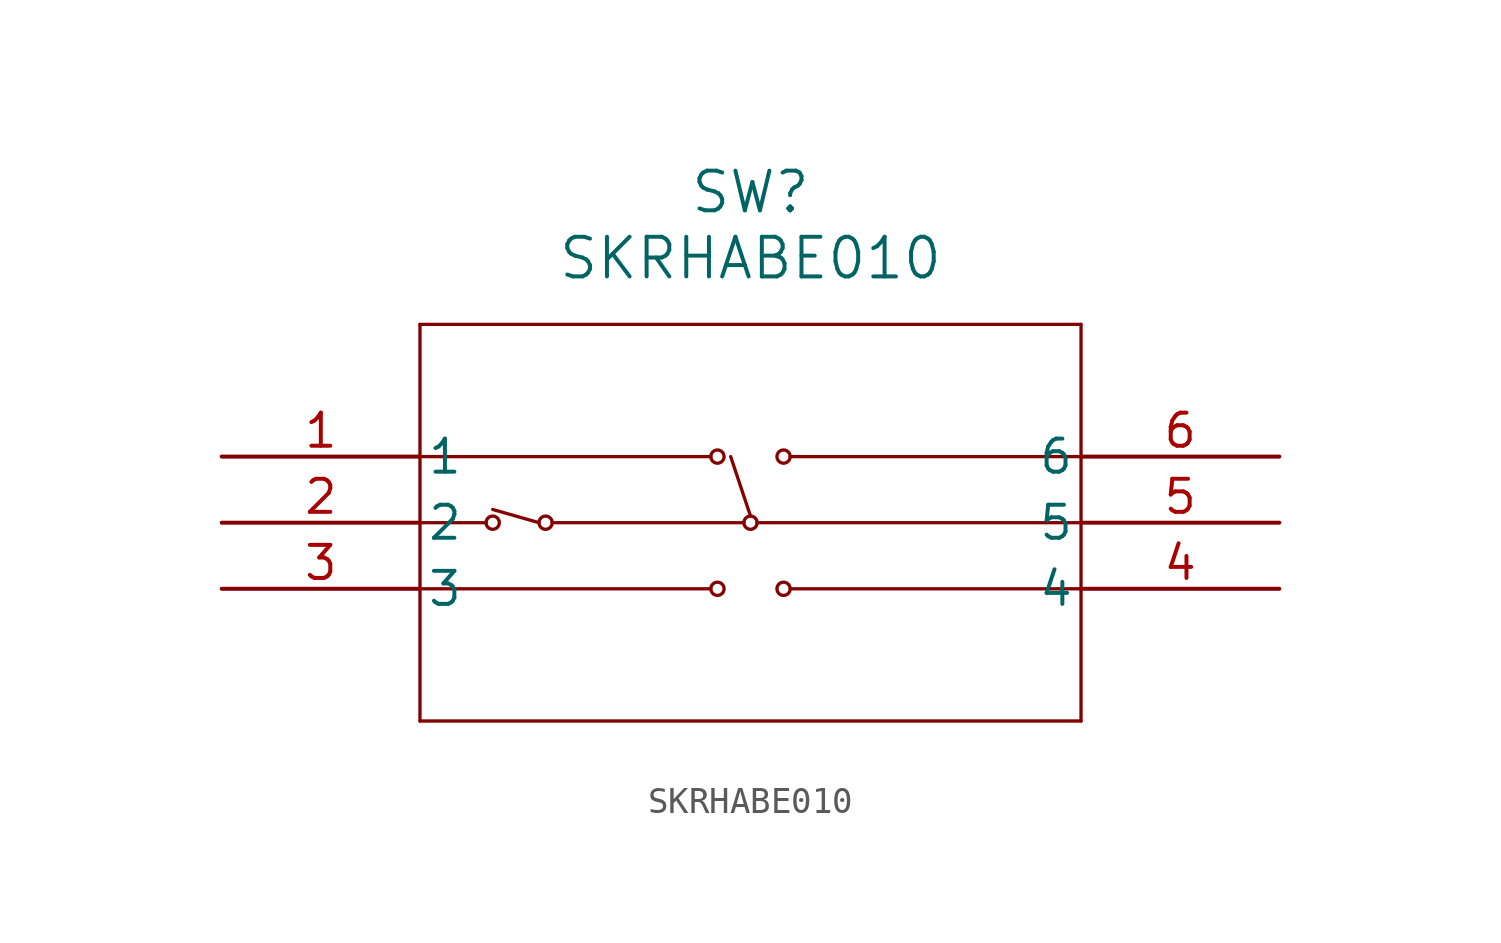
<source format=kicad_sym>
(kicad_symbol_lib
  (version 20211014)
  (generator kicad_symbol_editor)
  (symbol "SKRHABE010"
    (pin_names
      (offset 0.254))
    (property "Reference" "SW"
      (at 20.32 10.16 0)
      (effects (font (size 1.524 1.524))))
    (property "Value" "SKRHABE010"
      (at 20.32 7.62 0)
      (effects (font (size 1.524 1.524))))
    (symbol "SKRHABE010_0_1"
      (polyline (pts (xy 7.62 5.08) (xy 7.62 -10.16)) (stroke (width 0.127) (type default) (color 0 0 0 0)) (fill (type none)))
      (polyline (pts (xy 7.62 -10.16) (xy 33.02 -10.16)) (stroke (width 0.127) (type default) (color 0 0 0 0)) (fill (type none)))
      (polyline (pts (xy 33.02 -10.16) (xy 33.02 5.08)) (stroke (width 0.127) (type default) (color 0 0 0 0)) (fill (type none)))
      (polyline (pts (xy 33.02 5.08) (xy 7.62 5.08)) (stroke (width 0.127) (type default) (color 0 0 0 0)) (fill (type none)))
      (polyline (pts (xy 7.62 -2.54) (xy 10.16 -2.54)) (stroke (width 0.127) (type default) (color 0 0 0 0)) (fill (type none)))
      (polyline (pts (xy 12.7 -2.54) (xy 20.066 -2.54)) (stroke (width 0.127) (type default) (color 0 0 0 0)) (fill (type none)))
      (circle (center 10.414 -2.54) (radius 0.254) (stroke (width 0.127) (type default) (color 0 0 0 0)) (fill (type none)))
      (circle (center 12.446 -2.54) (radius 0.254) (stroke (width 0.127) (type default) (color 0 0 0 0)) (fill (type none)))
      (circle (center 20.32 -2.54) (radius 0.254) (stroke (width 0.127) (type default) (color 0 0 0 0)) (fill (type none)))
      (polyline (pts (xy 20.574 -2.54) (xy 33.02 -2.54)) (stroke (width 0.127) (type default) (color 0 0 0 0)) (fill (type none)))
      (polyline (pts (xy 20.32 -2.286) (xy 19.558 0)) (stroke (width 0.127) (type default) (color 0 0 0 0)) (fill (type none)))
      (polyline (pts (xy 7.62 0) (xy 18.796 0)) (stroke (width 0.127) (type default) (color 0 0 0 0)) (fill (type none)))
      (circle (center 19.05 0) (radius 0.254) (stroke (width 0.127) (type default) (color 0 0 0 0)) (fill (type none)))
      (polyline (pts (xy 12.192 -2.54) (xy 10.414 -2.032)) (stroke (width 0.127) (type default) (color 0 0 0 0)) (fill (type none)))
      (polyline (pts (xy 7.62 -5.08) (xy 18.796 -5.08)) (stroke (width 0.127) (type default) (color 0 0 0 0)) (fill (type none)))
      (circle (center 19.05 -5.08) (radius 0.254) (stroke (width 0.127) (type default) (color 0 0 0 0)) (fill (type none)))
      (polyline (pts (xy 33.02 0) (xy 21.844 0)) (stroke (width 0.127) (type default) (color 0 0 0 0)) (fill (type none)))
      (circle (center 21.59 0) (radius 0.254) (stroke (width 0.127) (type default) (color 0 0 0 0)) (fill (type none)))
      (polyline (pts (xy 33.02 -5.08) (xy 21.844 -5.08)) (stroke (width 0.127) (type default) (color 0 0 0 0)) (fill (type none)))
      (circle (center 21.59 -5.08) (radius 0.254) (stroke (width 0.127) (type default) (color 0 0 0 0)) (fill (type none)))
      (pin unspecified line (at 0 0 0) (length 7.62) (name "1" (effects (font (size 1.27 1.27)))) (number "1" (effects (font (size 1.27 1.27)))))
      (pin unspecified line (at 0 -2.54 0) (length 7.62) (name "2" (effects (font (size 1.27 1.27)))) (number "2" (effects (font (size 1.27 1.27)))))
      (pin unspecified line (at 0 -5.08 0) (length 7.62) (name "3" (effects (font (size 1.27 1.27)))) (number "3" (effects (font (size 1.27 1.27)))))
      (pin unspecified line (at 40.64 -5.08 180) (length 7.62) (name "4" (effects (font (size 1.27 1.27)))) (number "4" (effects (font (size 1.27 1.27)))))
      (pin unspecified line (at 40.64 -2.54 180) (length 7.62) (name "5" (effects (font (size 1.27 1.27)))) (number "5" (effects (font (size 1.27 1.27)))))
      (pin unspecified line (at 40.64 0 180) (length 7.62) (name "6" (effects (font (size 1.27 1.27)))) (number "6" (effects (font (size 1.27 1.27))))))))
</source>
